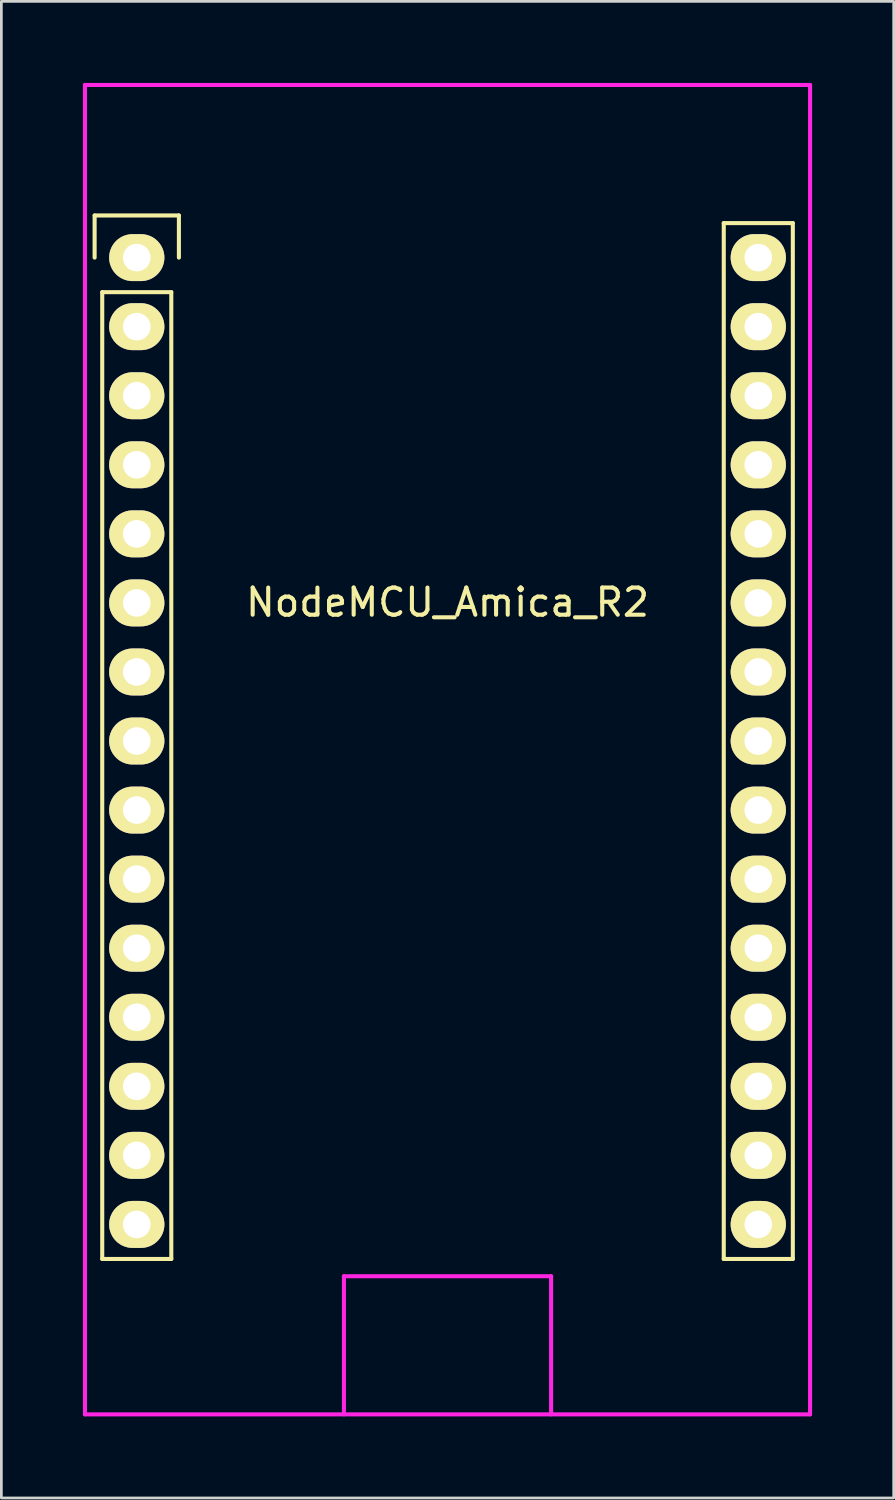
<source format=kicad_pcb>
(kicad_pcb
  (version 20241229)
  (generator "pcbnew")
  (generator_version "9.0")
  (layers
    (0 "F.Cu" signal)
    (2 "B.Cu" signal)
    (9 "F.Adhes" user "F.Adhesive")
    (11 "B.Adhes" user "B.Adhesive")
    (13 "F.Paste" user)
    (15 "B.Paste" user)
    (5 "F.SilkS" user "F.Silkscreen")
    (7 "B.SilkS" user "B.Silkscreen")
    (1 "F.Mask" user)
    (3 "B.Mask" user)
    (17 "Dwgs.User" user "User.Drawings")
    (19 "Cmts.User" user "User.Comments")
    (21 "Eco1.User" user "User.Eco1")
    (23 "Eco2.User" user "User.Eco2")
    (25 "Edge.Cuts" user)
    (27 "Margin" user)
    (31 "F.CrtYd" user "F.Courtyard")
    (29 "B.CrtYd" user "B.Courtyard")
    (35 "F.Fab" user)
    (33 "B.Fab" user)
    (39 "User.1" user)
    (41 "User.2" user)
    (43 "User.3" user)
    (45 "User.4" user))
  (footprint "NodeMCU_Amica_R2"
    (layer "F.Cu")
    (at 1.98 6.425)
    (property "Reference" "NodeMCU_Amica_R2" (at 11.43 12.68 0) (layer "F.SilkS") (effects (font (size 1 1) (thickness 0.15))))
    (attr through_hole)
    (fp_line (start -1.55 -1.55) (end 1.55 -1.55) (stroke (width 0.15) (type solid)) (layer "F.SilkS"))
    (fp_line (start -1.55 0) (end -1.55 -1.55) (stroke (width 0.15) (type solid)) (layer "F.SilkS"))
    (fp_line (start -1.27 1.27) (end -1.27 36.83) (stroke (width 0.15) (type solid)) (layer "F.SilkS"))
    (fp_line (start -1.27 36.83) (end 1.27 36.83) (stroke (width 0.15) (type solid)) (layer "F.SilkS"))
    (fp_line (start 1.27 1.27) (end -1.27 1.27) (stroke (width 0.15) (type solid)) (layer "F.SilkS"))
    (fp_line (start 1.27 36.83) (end 1.27 1.27) (stroke (width 0.15) (type solid)) (layer "F.SilkS"))
    (fp_line (start 1.55 -1.55) (end 1.55 0) (stroke (width 0.15) (type solid)) (layer "F.SilkS"))
    (fp_line (start 21.59 -1.27) (end 21.59 36.83) (stroke (width 0.15) (type solid)) (layer "F.SilkS"))
    (fp_line (start 21.59 36.83) (end 24.13 36.83) (stroke (width 0.15) (type solid)) (layer "F.SilkS"))
    (fp_line (start 24.13 -1.27) (end 21.59 -1.27) (stroke (width 0.15) (type solid)) (layer "F.SilkS"))
    (fp_line (start 24.13 36.83) (end 24.13 -1.27) (stroke (width 0.15) (type solid)) (layer "F.SilkS"))
    (fp_line (start -1.905 -6.35) (end 24.765 -6.35) (stroke (width 0.15) (type solid)) (layer "F.CrtYd"))
    (fp_line (start -1.905 42.545) (end -1.905 -6.35) (stroke (width 0.15) (type solid)) (layer "F.CrtYd"))
    (fp_line (start 7.62 37.465) (end 15.24 37.465) (stroke (width 0.15) (type solid)) (layer "F.CrtYd"))
    (fp_line (start 7.62 42.545) (end 7.62 37.465) (stroke (width 0.15) (type solid)) (layer "F.CrtYd"))
    (fp_line (start 15.24 37.465) (end 15.24 42.545) (stroke (width 0.15) (type solid)) (layer "F.CrtYd"))
    (fp_line (start 24.765 -6.35) (end 24.765 42.545) (stroke (width 0.15) (type solid)) (layer "F.CrtYd"))
    (fp_line (start 24.765 42.545) (end -1.905 42.545) (stroke (width 0.15) (type solid)) (layer "F.CrtYd"))
    (pad "1" thru_hole oval (at 0 0) (size 2.032 1.727) (drill 1.016) (layers "*.Cu" "*.Mask" "F.SilkS"))
    (pad "2" thru_hole oval (at 0 2.54) (size 2.032 1.727) (drill 1.016) (layers "*.Cu" "*.Mask" "F.SilkS"))
    (pad "3" thru_hole oval (at 0 5.08) (size 2.032 1.727) (drill 1.016) (layers "*.Cu" "*.Mask" "F.SilkS"))
    (pad "4" thru_hole oval (at 0 7.62) (size 2.032 1.727) (drill 1.016) (layers "*.Cu" "*.Mask" "F.SilkS"))
    (pad "5" thru_hole oval (at 0 10.16) (size 2.032 1.727) (drill 1.016) (layers "*.Cu" "*.Mask" "F.SilkS"))
    (pad "6" thru_hole oval (at 0 12.7) (size 2.032 1.727) (drill 1.016) (layers "*.Cu" "*.Mask" "F.SilkS"))
    (pad "7" thru_hole oval (at 0 15.24) (size 2.032 1.727) (drill 1.016) (layers "*.Cu" "*.Mask" "F.SilkS"))
    (pad "8" thru_hole oval (at 0 17.78) (size 2.032 1.727) (drill 1.016) (layers "*.Cu" "*.Mask" "F.SilkS"))
    (pad "9" thru_hole oval (at 0 20.32) (size 2.032 1.727) (drill 1.016) (layers "*.Cu" "*.Mask" "F.SilkS"))
    (pad "10" thru_hole oval (at 0 22.86) (size 2.032 1.727) (drill 1.016) (layers "*.Cu" "*.Mask" "F.SilkS"))
    (pad "11" thru_hole oval (at 0 25.4) (size 2.032 1.727) (drill 1.016) (layers "*.Cu" "*.Mask" "F.SilkS"))
    (pad "12" thru_hole oval (at 0 27.94) (size 2.032 1.727) (drill 1.016) (layers "*.Cu" "*.Mask" "F.SilkS"))
    (pad "13" thru_hole oval (at 0 30.48) (size 2.032 1.727) (drill 1.016) (layers "*.Cu" "*.Mask" "F.SilkS"))
    (pad "14" thru_hole oval (at 0 33.02) (size 2.032 1.727) (drill 1.016) (layers "*.Cu" "*.Mask" "F.SilkS"))
    (pad "15" thru_hole oval (at 0 35.56) (size 2.032 1.727) (drill 1.016) (layers "*.Cu" "*.Mask" "F.SilkS"))
    (pad "16" thru_hole oval (at 22.86 35.56) (size 2.032 1.727) (drill 1.016) (layers "*.Cu" "*.Mask" "F.SilkS"))
    (pad "17" thru_hole oval (at 22.86 33.02) (size 2.032 1.727) (drill 1.016) (layers "*.Cu" "*.Mask" "F.SilkS"))
    (pad "18" thru_hole oval (at 22.86 30.48) (size 2.032 1.727) (drill 1.016) (layers "*.Cu" "*.Mask" "F.SilkS"))
    (pad "19" thru_hole oval (at 22.86 27.94) (size 2.032 1.727) (drill 1.016) (layers "*.Cu" "*.Mask" "F.SilkS"))
    (pad "20" thru_hole oval (at 22.86 25.4) (size 2.032 1.727) (drill 1.016) (layers "*.Cu" "*.Mask" "F.SilkS"))
    (pad "21" thru_hole oval (at 22.86 22.86) (size 2.032 1.727) (drill 1.016) (layers "*.Cu" "*.Mask" "F.SilkS"))
    (pad "22" thru_hole oval (at 22.86 20.32) (size 2.032 1.727) (drill 1.016) (layers "*.Cu" "*.Mask" "F.SilkS"))
    (pad "23" thru_hole oval (at 22.86 17.78) (size 2.032 1.727) (drill 1.016) (layers "*.Cu" "*.Mask" "F.SilkS"))
    (pad "24" thru_hole oval (at 22.86 15.24) (size 2.032 1.727) (drill 1.016) (layers "*.Cu" "*.Mask" "F.SilkS"))
    (pad "25" thru_hole oval (at 22.86 12.7) (size 2.032 1.727) (drill 1.016) (layers "*.Cu" "*.Mask" "F.SilkS"))
    (pad "26" thru_hole oval (at 22.86 10.16) (size 2.032 1.727) (drill 1.016) (layers "*.Cu" "*.Mask" "F.SilkS"))
    (pad "27" thru_hole oval (at 22.86 7.62) (size 2.032 1.727) (drill 1.016) (layers "*.Cu" "*.Mask" "F.SilkS"))
    (pad "28" thru_hole oval (at 22.86 5.08) (size 2.032 1.727) (drill 1.016) (layers "*.Cu" "*.Mask" "F.SilkS"))
    (pad "29" thru_hole oval (at 22.86 2.54) (size 2.032 1.727) (drill 1.016) (layers "*.Cu" "*.Mask" "F.SilkS"))
    (pad "30" thru_hole oval (at 22.86 0) (size 2.032 1.727) (drill 1.016) (layers "*.Cu" "*.Mask" "F.SilkS")))
  (gr_rect
    (start -3 -3)
    (end 29.82 52.045)
    (stroke (width 0.1) (type default))
    (fill no)
    (layer "Edge.Cuts")))
</source>
